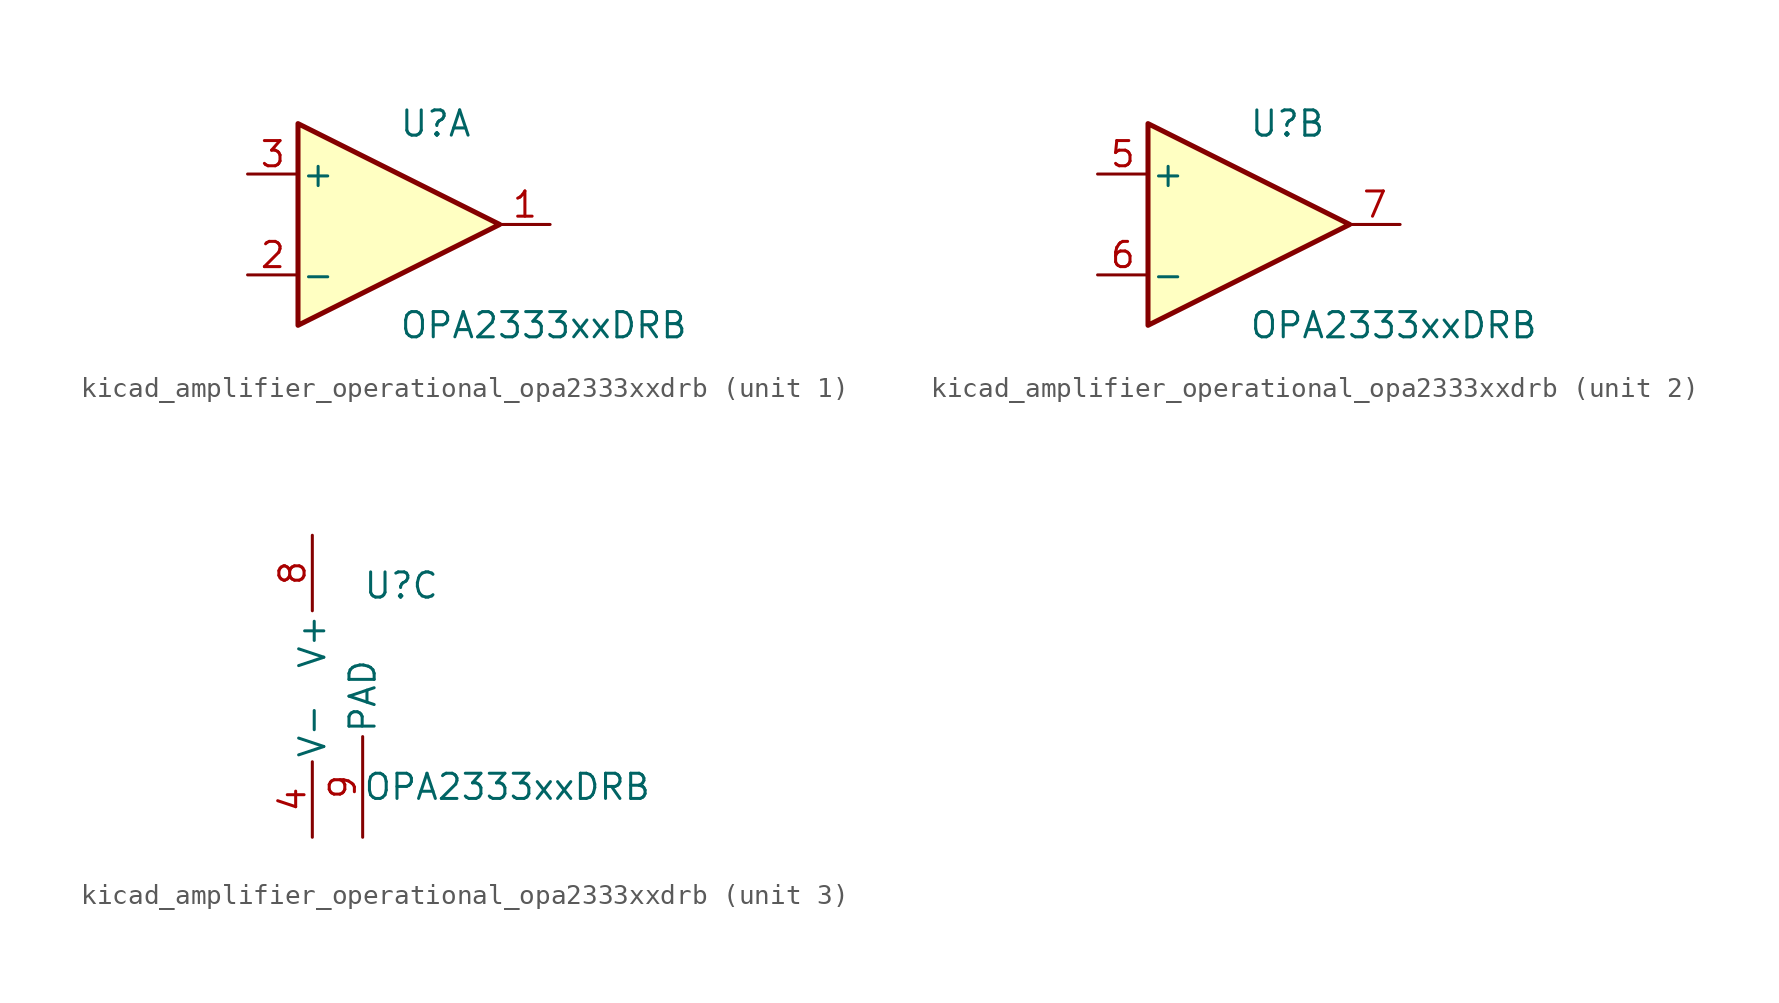
<source format=kicad_sym>
(kicad_symbol_lib
  (version 20220914)
  (generator kicad_symbol_editor)
  (symbol "kicad_amplifier_operational_opa2333xxdrb"
    (pin_names
      (offset 0.127))
    (property "Reference" "U"
      (at 0 5.08 0)
      (effects (font (size 1.27 1.27)) (justify left)))
    (property "Value" "OPA2333xxDRB"
      (at 0 -5.08 0)
      (effects (font (size 1.27 1.27)) (justify left)))
    (property "ki_locked" ""
      (at 0 0 0)
      (effects (font (size 1.27 1.27))))
    (symbol "kicad_amplifier_operational_opa2333xxdrb_1_1"
      (polyline (pts (xy -5.08 5.08) (xy 5.08 0) (xy -5.08 -5.08) (xy -5.08 5.08)) (stroke (width 0.254) (type default)) (fill (type background)))
      (pin output line (at 7.62 0 180) (length 2.54) (name "~" (effects (font (size 1.27 1.27)))) (number "1" (effects (font (size 1.27 1.27)))))
      (pin input line (at -7.62 -2.54 0) (length 2.54) (name "-" (effects (font (size 1.27 1.27)))) (number "2" (effects (font (size 1.27 1.27)))))
      (pin input line (at -7.62 2.54 0) (length 2.54) (name "+" (effects (font (size 1.27 1.27)))) (number "3" (effects (font (size 1.27 1.27))))))
    (symbol "kicad_amplifier_operational_opa2333xxdrb_2_1"
      (polyline (pts (xy -5.08 5.08) (xy 5.08 0) (xy -5.08 -5.08) (xy -5.08 5.08)) (stroke (width 0.254) (type default)) (fill (type background)))
      (pin input line (at -7.62 2.54 0) (length 2.54) (name "+" (effects (font (size 1.27 1.27)))) (number "5" (effects (font (size 1.27 1.27)))))
      (pin input line (at -7.62 -2.54 0) (length 2.54) (name "-" (effects (font (size 1.27 1.27)))) (number "6" (effects (font (size 1.27 1.27)))))
      (pin output line (at 7.62 0 180) (length 2.54) (name "~" (effects (font (size 1.27 1.27)))) (number "7" (effects (font (size 1.27 1.27))))))
    (symbol "kicad_amplifier_operational_opa2333xxdrb_3_1"
      (pin power_in line (at -2.54 -7.62 90) (length 3.81) (name "V-" (effects (font (size 1.27 1.27)))) (number "4" (effects (font (size 1.27 1.27)))))
      (pin power_in line (at -2.54 7.62 270) (length 3.81) (name "V+" (effects (font (size 1.27 1.27)))) (number "8" (effects (font (size 1.27 1.27)))))
      (pin power_in line (at 0 -7.62 90) (length 5.08) (name "PAD" (effects (font (size 1.27 1.27)))) (number "9" (effects (font (size 1.27 1.27))))))))
</source>
